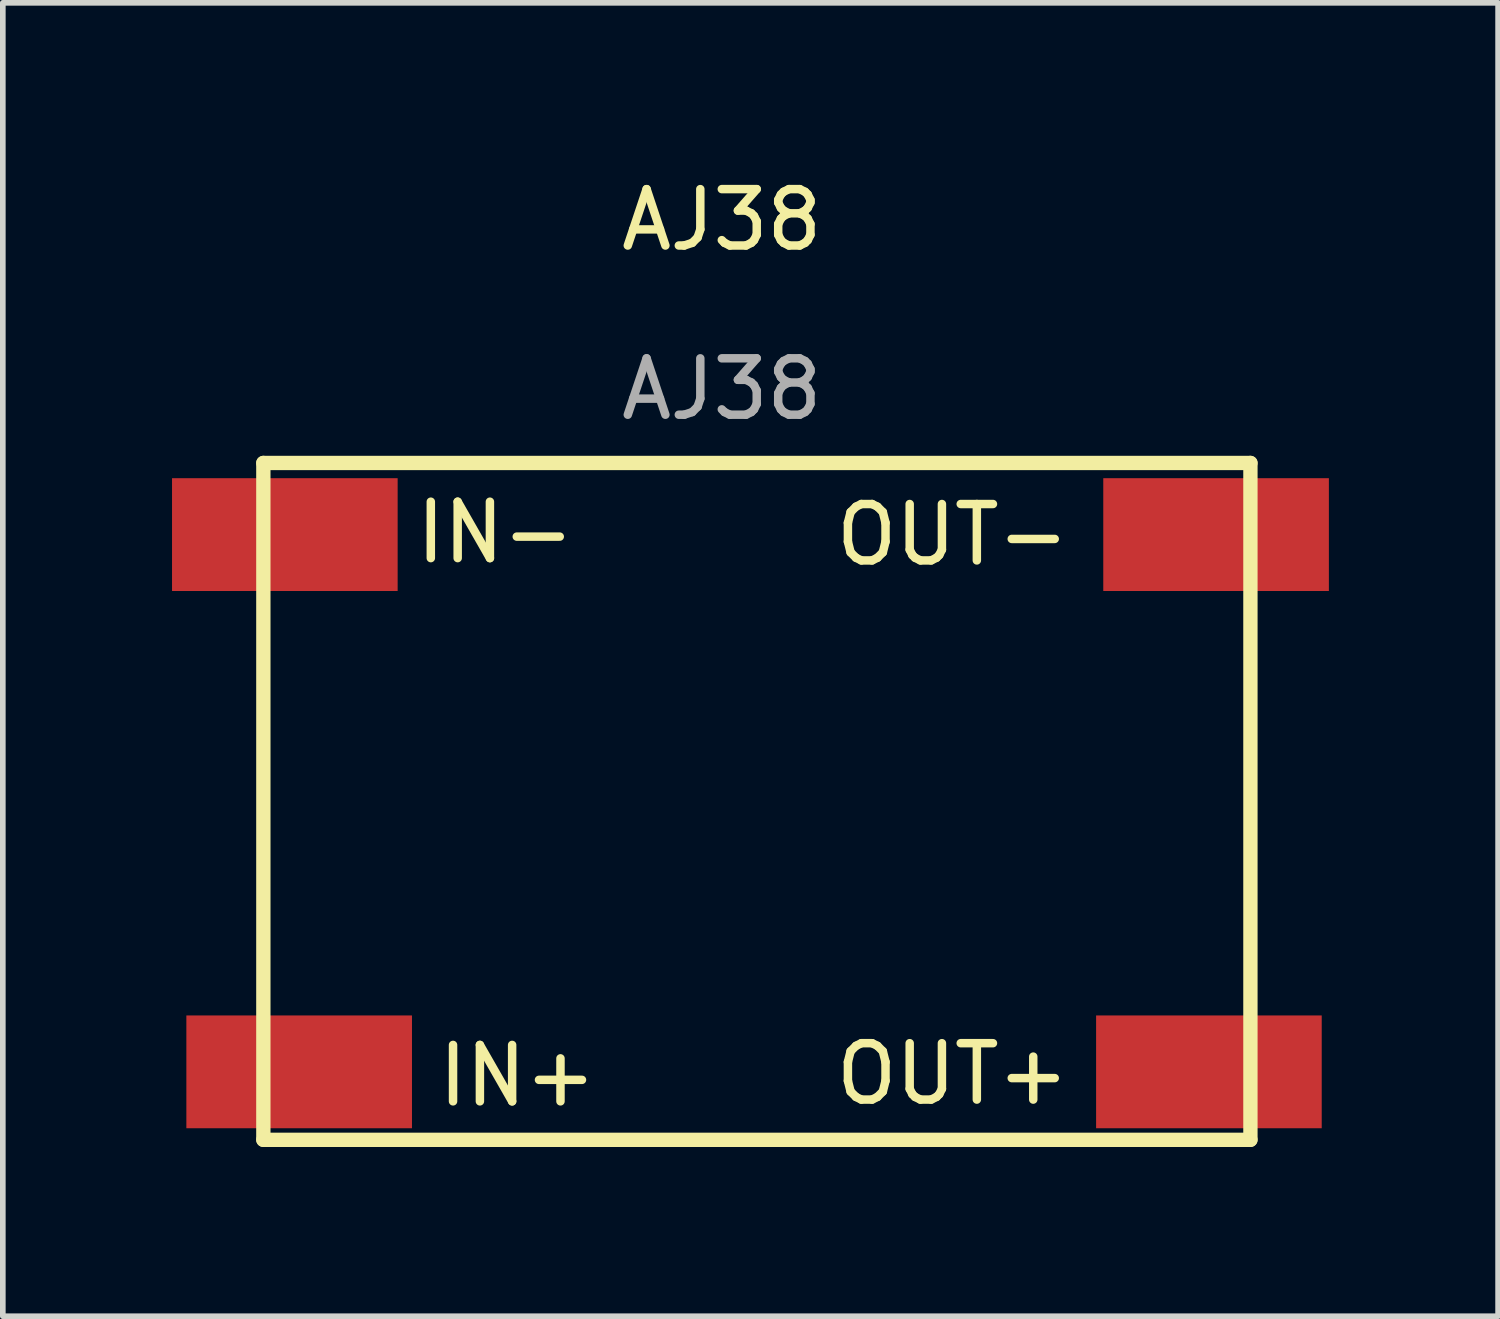
<source format=kicad_pcb>
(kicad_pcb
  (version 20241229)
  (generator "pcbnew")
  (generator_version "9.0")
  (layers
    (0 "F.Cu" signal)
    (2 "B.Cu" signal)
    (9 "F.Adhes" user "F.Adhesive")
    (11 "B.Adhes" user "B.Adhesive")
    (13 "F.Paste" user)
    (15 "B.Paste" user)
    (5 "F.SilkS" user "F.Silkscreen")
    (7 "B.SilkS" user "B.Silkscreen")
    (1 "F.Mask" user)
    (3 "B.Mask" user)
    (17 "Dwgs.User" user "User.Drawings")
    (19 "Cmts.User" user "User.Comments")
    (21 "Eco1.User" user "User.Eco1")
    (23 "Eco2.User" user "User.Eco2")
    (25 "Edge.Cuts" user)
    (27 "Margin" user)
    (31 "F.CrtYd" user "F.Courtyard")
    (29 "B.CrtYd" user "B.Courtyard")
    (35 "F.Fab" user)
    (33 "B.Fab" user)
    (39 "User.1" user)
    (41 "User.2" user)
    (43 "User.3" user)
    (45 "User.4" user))
  (footprint "AJ38"
    (layer "F.Cu")
    (at 9.747 1.348)
    (property "Reference" "AJ38" (at 0 -0.5 0) (unlocked yes) (layer "F.SilkS") (effects (font (size 1 1) (thickness 0.15))))
    (fp_line (start -8.128 3.81) (end 9.372 3.81) (stroke (width 0.254) (type solid)) (layer "F.SilkS"))
    (fp_line (start -8.128 15.81) (end -8.128 3.81) (stroke (width 0.254) (type solid)) (layer "F.SilkS"))
    (fp_line (start 9.372 3.81) (end 9.372 15.81) (stroke (width 0.254) (type solid)) (layer "F.SilkS"))
    (fp_line (start 9.372 15.81) (end -8.128 15.81) (stroke (width 0.254) (type solid)) (layer "F.SilkS"))
    (fp_text user "OUT+" (at 4.093 14.642 0) (unlocked yes) (layer "F.SilkS") (effects (font (size 1 1) (thickness 0.15))))
    (fp_text user "OUT-" (at 4.093 5.083 0) (unlocked yes) (layer "F.SilkS") (effects (font (size 1 1) (thickness 0.15))))
    (fp_text user "IN-" (at -4.016 5.042 0) (unlocked yes) (layer "F.SilkS") (effects (font (size 1 1) (thickness 0.15))))
    (fp_text user "IN+" (at -3.622 14.673 0) (unlocked yes) (layer "F.SilkS") (effects (font (size 1 1) (thickness 0.15))))
    (fp_text user "${REFERENCE}" (at 0 2.5 0) (unlocked yes) (layer "F.Fab") (effects (font (size 1 1) (thickness 0.15))))
    (pad "1" smd rect (at -7.493 14.605) (size 4 2) (layers "F.Cu" "F.Mask" "F.Paste"))
    (pad "2" smd rect (at -7.747 5.08) (size 4 2) (layers "F.Cu" "F.Mask" "F.Paste"))
    (pad "3" smd rect (at 8.636 14.605) (size 4 2) (layers "F.Cu" "F.Mask" "F.Paste"))
    (pad "4" smd rect (at 8.763 5.08) (size 4 2) (layers "F.Cu" "F.Mask" "F.Paste")))
  (gr_rect
    (start -3 -3)
    (end 23.51 20.285)
    (stroke (width 0.1) (type default))
    (fill no)
    (layer "Edge.Cuts")))
</source>
